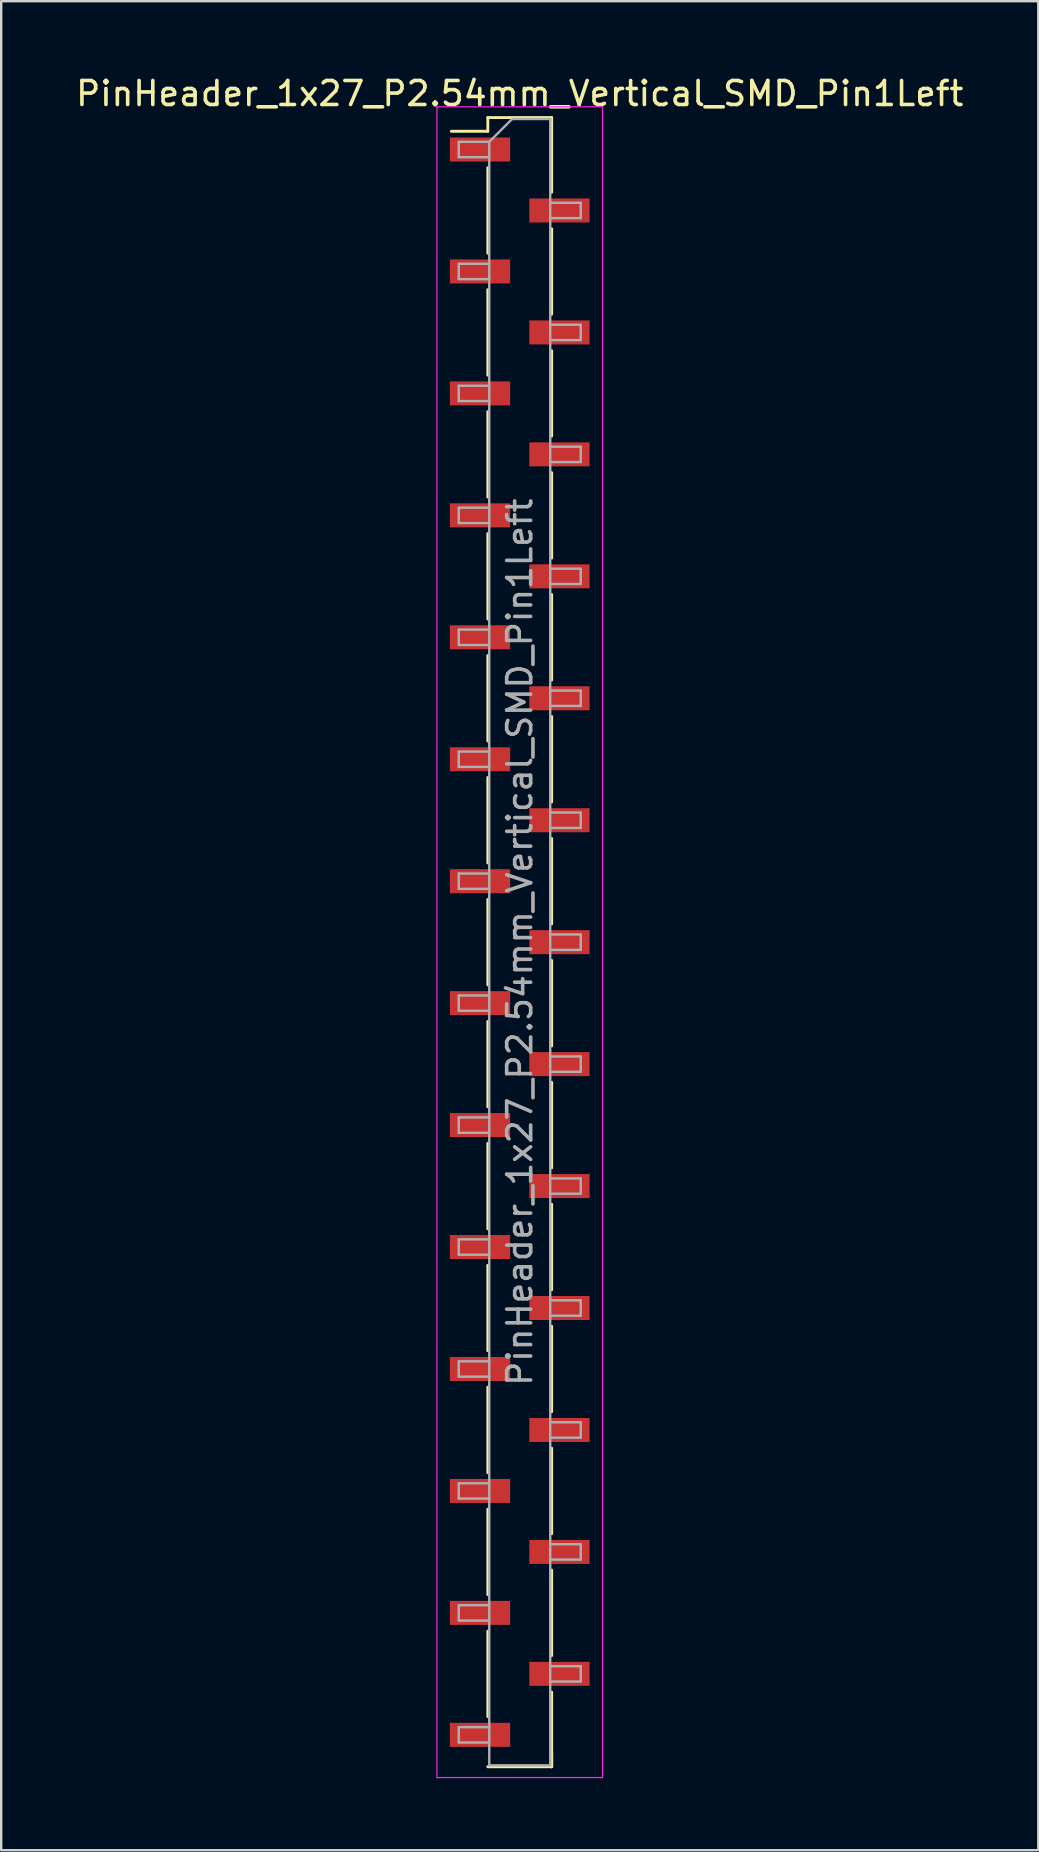
<source format=kicad_pcb>
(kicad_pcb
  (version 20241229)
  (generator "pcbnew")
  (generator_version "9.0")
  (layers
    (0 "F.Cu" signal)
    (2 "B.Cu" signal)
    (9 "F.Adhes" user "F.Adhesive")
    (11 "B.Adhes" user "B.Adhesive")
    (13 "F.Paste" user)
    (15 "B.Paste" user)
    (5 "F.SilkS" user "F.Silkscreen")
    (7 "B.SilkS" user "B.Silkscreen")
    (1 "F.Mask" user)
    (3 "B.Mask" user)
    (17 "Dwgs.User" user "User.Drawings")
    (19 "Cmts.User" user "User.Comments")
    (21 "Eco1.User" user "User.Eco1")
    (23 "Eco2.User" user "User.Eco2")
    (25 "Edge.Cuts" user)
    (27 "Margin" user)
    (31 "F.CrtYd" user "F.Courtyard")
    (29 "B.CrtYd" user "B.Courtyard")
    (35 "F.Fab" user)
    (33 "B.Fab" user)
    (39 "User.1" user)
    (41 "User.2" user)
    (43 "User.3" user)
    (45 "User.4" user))
  (footprint "PinHeader_1x27_P2.54mm_Vertical_SMD_Pin1Left"
    (layer "F.Cu")
    (at 18.601 36.198)
    (property "Reference" "PinHeader_1x27_P2.54mm_Vertical_SMD_Pin1Left" (at 0 -35.35 0) (layer "F.SilkS") (effects (font (size 1 1) (thickness 0.15))))
    (attr smd)
    (fp_line (start -1.33 -34.35) (end -1.33 -33.78) (stroke (width 0.12) (type solid)) (layer "F.SilkS"))
    (fp_line (start -1.33 -34.35) (end 1.33 -34.35) (stroke (width 0.12) (type solid)) (layer "F.SilkS"))
    (fp_line (start -1.33 -33.78) (end -2.85 -33.78) (stroke (width 0.12) (type solid)) (layer "F.SilkS"))
    (fp_line (start -1.33 -32.26) (end -1.33 -28.7) (stroke (width 0.12) (type solid)) (layer "F.SilkS"))
    (fp_line (start -1.33 -27.18) (end -1.33 -23.62) (stroke (width 0.12) (type solid)) (layer "F.SilkS"))
    (fp_line (start -1.33 -22.1) (end -1.33 -18.54) (stroke (width 0.12) (type solid)) (layer "F.SilkS"))
    (fp_line (start -1.33 -17.02) (end -1.33 -13.46) (stroke (width 0.12) (type solid)) (layer "F.SilkS"))
    (fp_line (start -1.33 -11.94) (end -1.33 -8.38) (stroke (width 0.12) (type solid)) (layer "F.SilkS"))
    (fp_line (start -1.33 -6.86) (end -1.33 -3.3) (stroke (width 0.12) (type solid)) (layer "F.SilkS"))
    (fp_line (start -1.33 -1.78) (end -1.33 1.78) (stroke (width 0.12) (type solid)) (layer "F.SilkS"))
    (fp_line (start -1.33 3.3) (end -1.33 6.86) (stroke (width 0.12) (type solid)) (layer "F.SilkS"))
    (fp_line (start -1.33 8.38) (end -1.33 11.94) (stroke (width 0.12) (type solid)) (layer "F.SilkS"))
    (fp_line (start -1.33 13.46) (end -1.33 17.02) (stroke (width 0.12) (type solid)) (layer "F.SilkS"))
    (fp_line (start -1.33 18.54) (end -1.33 22.1) (stroke (width 0.12) (type solid)) (layer "F.SilkS"))
    (fp_line (start -1.33 23.62) (end -1.33 27.18) (stroke (width 0.12) (type solid)) (layer "F.SilkS"))
    (fp_line (start -1.33 28.7) (end -1.33 32.26) (stroke (width 0.12) (type solid)) (layer "F.SilkS"))
    (fp_line (start -1.33 34.35) (end 1.33 34.35) (stroke (width 0.12) (type solid)) (layer "F.SilkS"))
    (fp_line (start 1.33 -34.35) (end 1.33 -31.24) (stroke (width 0.12) (type solid)) (layer "F.SilkS"))
    (fp_line (start 1.33 -29.72) (end 1.33 -26.16) (stroke (width 0.12) (type solid)) (layer "F.SilkS"))
    (fp_line (start 1.33 -24.64) (end 1.33 -21.08) (stroke (width 0.12) (type solid)) (layer "F.SilkS"))
    (fp_line (start 1.33 -19.56) (end 1.33 -16) (stroke (width 0.12) (type solid)) (layer "F.SilkS"))
    (fp_line (start 1.33 -14.48) (end 1.33 -10.92) (stroke (width 0.12) (type solid)) (layer "F.SilkS"))
    (fp_line (start 1.33 -9.4) (end 1.33 -5.84) (stroke (width 0.12) (type solid)) (layer "F.SilkS"))
    (fp_line (start 1.33 -4.32) (end 1.33 -0.76) (stroke (width 0.12) (type solid)) (layer "F.SilkS"))
    (fp_line (start 1.33 0.76) (end 1.33 4.32) (stroke (width 0.12) (type solid)) (layer "F.SilkS"))
    (fp_line (start 1.33 5.84) (end 1.33 9.4) (stroke (width 0.12) (type solid)) (layer "F.SilkS"))
    (fp_line (start 1.33 10.92) (end 1.33 14.48) (stroke (width 0.12) (type solid)) (layer "F.SilkS"))
    (fp_line (start 1.33 16) (end 1.33 19.56) (stroke (width 0.12) (type solid)) (layer "F.SilkS"))
    (fp_line (start 1.33 21.08) (end 1.33 24.64) (stroke (width 0.12) (type solid)) (layer "F.SilkS"))
    (fp_line (start 1.33 26.16) (end 1.33 29.72) (stroke (width 0.12) (type solid)) (layer "F.SilkS"))
    (fp_line (start 1.33 31.24) (end 1.33 34.35) (stroke (width 0.12) (type solid)) (layer "F.SilkS"))
    (fp_line (start 1.33 33.78) (end 1.33 34.35) (stroke (width 0.12) (type solid)) (layer "F.SilkS"))
    (fp_line (start -3.45 -34.8) (end -3.45 34.8) (stroke (width 0.05) (type solid)) (layer "F.CrtYd"))
    (fp_line (start -3.45 34.8) (end 3.45 34.8) (stroke (width 0.05) (type solid)) (layer "F.CrtYd"))
    (fp_line (start 3.45 -34.8) (end -3.45 -34.8) (stroke (width 0.05) (type solid)) (layer "F.CrtYd"))
    (fp_line (start 3.45 34.8) (end 3.45 -34.8) (stroke (width 0.05) (type solid)) (layer "F.CrtYd"))
    (fp_line (start -2.54 -33.34) (end -2.54 -32.7) (stroke (width 0.1) (type solid)) (layer "F.Fab"))
    (fp_line (start -2.54 -32.7) (end -1.27 -32.7) (stroke (width 0.1) (type solid)) (layer "F.Fab"))
    (fp_line (start -2.54 -28.26) (end -2.54 -27.62) (stroke (width 0.1) (type solid)) (layer "F.Fab"))
    (fp_line (start -2.54 -27.62) (end -1.27 -27.62) (stroke (width 0.1) (type solid)) (layer "F.Fab"))
    (fp_line (start -2.54 -23.18) (end -2.54 -22.54) (stroke (width 0.1) (type solid)) (layer "F.Fab"))
    (fp_line (start -2.54 -22.54) (end -1.27 -22.54) (stroke (width 0.1) (type solid)) (layer "F.Fab"))
    (fp_line (start -2.54 -18.1) (end -2.54 -17.46) (stroke (width 0.1) (type solid)) (layer "F.Fab"))
    (fp_line (start -2.54 -17.46) (end -1.27 -17.46) (stroke (width 0.1) (type solid)) (layer "F.Fab"))
    (fp_line (start -2.54 -13.02) (end -2.54 -12.38) (stroke (width 0.1) (type solid)) (layer "F.Fab"))
    (fp_line (start -2.54 -12.38) (end -1.27 -12.38) (stroke (width 0.1) (type solid)) (layer "F.Fab"))
    (fp_line (start -2.54 -7.94) (end -2.54 -7.3) (stroke (width 0.1) (type solid)) (layer "F.Fab"))
    (fp_line (start -2.54 -7.3) (end -1.27 -7.3) (stroke (width 0.1) (type solid)) (layer "F.Fab"))
    (fp_line (start -2.54 -2.86) (end -2.54 -2.22) (stroke (width 0.1) (type solid)) (layer "F.Fab"))
    (fp_line (start -2.54 -2.22) (end -1.27 -2.22) (stroke (width 0.1) (type solid)) (layer "F.Fab"))
    (fp_line (start -2.54 2.22) (end -2.54 2.86) (stroke (width 0.1) (type solid)) (layer "F.Fab"))
    (fp_line (start -2.54 2.86) (end -1.27 2.86) (stroke (width 0.1) (type solid)) (layer "F.Fab"))
    (fp_line (start -2.54 7.3) (end -2.54 7.94) (stroke (width 0.1) (type solid)) (layer "F.Fab"))
    (fp_line (start -2.54 7.94) (end -1.27 7.94) (stroke (width 0.1) (type solid)) (layer "F.Fab"))
    (fp_line (start -2.54 12.38) (end -2.54 13.02) (stroke (width 0.1) (type solid)) (layer "F.Fab"))
    (fp_line (start -2.54 13.02) (end -1.27 13.02) (stroke (width 0.1) (type solid)) (layer "F.Fab"))
    (fp_line (start -2.54 17.46) (end -2.54 18.1) (stroke (width 0.1) (type solid)) (layer "F.Fab"))
    (fp_line (start -2.54 18.1) (end -1.27 18.1) (stroke (width 0.1) (type solid)) (layer "F.Fab"))
    (fp_line (start -2.54 22.54) (end -2.54 23.18) (stroke (width 0.1) (type solid)) (layer "F.Fab"))
    (fp_line (start -2.54 23.18) (end -1.27 23.18) (stroke (width 0.1) (type solid)) (layer "F.Fab"))
    (fp_line (start -2.54 27.62) (end -2.54 28.26) (stroke (width 0.1) (type solid)) (layer "F.Fab"))
    (fp_line (start -2.54 28.26) (end -1.27 28.26) (stroke (width 0.1) (type solid)) (layer "F.Fab"))
    (fp_line (start -2.54 32.7) (end -2.54 33.34) (stroke (width 0.1) (type solid)) (layer "F.Fab"))
    (fp_line (start -2.54 33.34) (end -1.27 33.34) (stroke (width 0.1) (type solid)) (layer "F.Fab"))
    (fp_line (start -1.27 -33.34) (end -2.54 -33.34) (stroke (width 0.1) (type solid)) (layer "F.Fab"))
    (fp_line (start -1.27 -33.34) (end -0.32 -34.29) (stroke (width 0.1) (type solid)) (layer "F.Fab"))
    (fp_line (start -1.27 -28.26) (end -2.54 -28.26) (stroke (width 0.1) (type solid)) (layer "F.Fab"))
    (fp_line (start -1.27 -23.18) (end -2.54 -23.18) (stroke (width 0.1) (type solid)) (layer "F.Fab"))
    (fp_line (start -1.27 -18.1) (end -2.54 -18.1) (stroke (width 0.1) (type solid)) (layer "F.Fab"))
    (fp_line (start -1.27 -13.02) (end -2.54 -13.02) (stroke (width 0.1) (type solid)) (layer "F.Fab"))
    (fp_line (start -1.27 -7.94) (end -2.54 -7.94) (stroke (width 0.1) (type solid)) (layer "F.Fab"))
    (fp_line (start -1.27 -2.86) (end -2.54 -2.86) (stroke (width 0.1) (type solid)) (layer "F.Fab"))
    (fp_line (start -1.27 2.22) (end -2.54 2.22) (stroke (width 0.1) (type solid)) (layer "F.Fab"))
    (fp_line (start -1.27 7.3) (end -2.54 7.3) (stroke (width 0.1) (type solid)) (layer "F.Fab"))
    (fp_line (start -1.27 12.38) (end -2.54 12.38) (stroke (width 0.1) (type solid)) (layer "F.Fab"))
    (fp_line (start -1.27 17.46) (end -2.54 17.46) (stroke (width 0.1) (type solid)) (layer "F.Fab"))
    (fp_line (start -1.27 22.54) (end -2.54 22.54) (stroke (width 0.1) (type solid)) (layer "F.Fab"))
    (fp_line (start -1.27 27.62) (end -2.54 27.62) (stroke (width 0.1) (type solid)) (layer "F.Fab"))
    (fp_line (start -1.27 32.7) (end -2.54 32.7) (stroke (width 0.1) (type solid)) (layer "F.Fab"))
    (fp_line (start -1.27 34.29) (end -1.27 -33.34) (stroke (width 0.1) (type solid)) (layer "F.Fab"))
    (fp_line (start -0.32 -34.29) (end 1.27 -34.29) (stroke (width 0.1) (type solid)) (layer "F.Fab"))
    (fp_line (start 1.27 -34.29) (end 1.27 34.29) (stroke (width 0.1) (type solid)) (layer "F.Fab"))
    (fp_line (start 1.27 -30.8) (end 2.54 -30.8) (stroke (width 0.1) (type solid)) (layer "F.Fab"))
    (fp_line (start 1.27 -25.72) (end 2.54 -25.72) (stroke (width 0.1) (type solid)) (layer "F.Fab"))
    (fp_line (start 1.27 -20.64) (end 2.54 -20.64) (stroke (width 0.1) (type solid)) (layer "F.Fab"))
    (fp_line (start 1.27 -15.56) (end 2.54 -15.56) (stroke (width 0.1) (type solid)) (layer "F.Fab"))
    (fp_line (start 1.27 -10.48) (end 2.54 -10.48) (stroke (width 0.1) (type solid)) (layer "F.Fab"))
    (fp_line (start 1.27 -5.4) (end 2.54 -5.4) (stroke (width 0.1) (type solid)) (layer "F.Fab"))
    (fp_line (start 1.27 -0.32) (end 2.54 -0.32) (stroke (width 0.1) (type solid)) (layer "F.Fab"))
    (fp_line (start 1.27 4.76) (end 2.54 4.76) (stroke (width 0.1) (type solid)) (layer "F.Fab"))
    (fp_line (start 1.27 9.84) (end 2.54 9.84) (stroke (width 0.1) (type solid)) (layer "F.Fab"))
    (fp_line (start 1.27 14.92) (end 2.54 14.92) (stroke (width 0.1) (type solid)) (layer "F.Fab"))
    (fp_line (start 1.27 20) (end 2.54 20) (stroke (width 0.1) (type solid)) (layer "F.Fab"))
    (fp_line (start 1.27 25.08) (end 2.54 25.08) (stroke (width 0.1) (type solid)) (layer "F.Fab"))
    (fp_line (start 1.27 30.16) (end 2.54 30.16) (stroke (width 0.1) (type solid)) (layer "F.Fab"))
    (fp_line (start 1.27 34.29) (end -1.27 34.29) (stroke (width 0.1) (type solid)) (layer "F.Fab"))
    (fp_line (start 2.54 -30.8) (end 2.54 -30.16) (stroke (width 0.1) (type solid)) (layer "F.Fab"))
    (fp_line (start 2.54 -30.16) (end 1.27 -30.16) (stroke (width 0.1) (type solid)) (layer "F.Fab"))
    (fp_line (start 2.54 -25.72) (end 2.54 -25.08) (stroke (width 0.1) (type solid)) (layer "F.Fab"))
    (fp_line (start 2.54 -25.08) (end 1.27 -25.08) (stroke (width 0.1) (type solid)) (layer "F.Fab"))
    (fp_line (start 2.54 -20.64) (end 2.54 -20) (stroke (width 0.1) (type solid)) (layer "F.Fab"))
    (fp_line (start 2.54 -20) (end 1.27 -20) (stroke (width 0.1) (type solid)) (layer "F.Fab"))
    (fp_line (start 2.54 -15.56) (end 2.54 -14.92) (stroke (width 0.1) (type solid)) (layer "F.Fab"))
    (fp_line (start 2.54 -14.92) (end 1.27 -14.92) (stroke (width 0.1) (type solid)) (layer "F.Fab"))
    (fp_line (start 2.54 -10.48) (end 2.54 -9.84) (stroke (width 0.1) (type solid)) (layer "F.Fab"))
    (fp_line (start 2.54 -9.84) (end 1.27 -9.84) (stroke (width 0.1) (type solid)) (layer "F.Fab"))
    (fp_line (start 2.54 -5.4) (end 2.54 -4.76) (stroke (width 0.1) (type solid)) (layer "F.Fab"))
    (fp_line (start 2.54 -4.76) (end 1.27 -4.76) (stroke (width 0.1) (type solid)) (layer "F.Fab"))
    (fp_line (start 2.54 -0.32) (end 2.54 0.32) (stroke (width 0.1) (type solid)) (layer "F.Fab"))
    (fp_line (start 2.54 0.32) (end 1.27 0.32) (stroke (width 0.1) (type solid)) (layer "F.Fab"))
    (fp_line (start 2.54 4.76) (end 2.54 5.4) (stroke (width 0.1) (type solid)) (layer "F.Fab"))
    (fp_line (start 2.54 5.4) (end 1.27 5.4) (stroke (width 0.1) (type solid)) (layer "F.Fab"))
    (fp_line (start 2.54 9.84) (end 2.54 10.48) (stroke (width 0.1) (type solid)) (layer "F.Fab"))
    (fp_line (start 2.54 10.48) (end 1.27 10.48) (stroke (width 0.1) (type solid)) (layer "F.Fab"))
    (fp_line (start 2.54 14.92) (end 2.54 15.56) (stroke (width 0.1) (type solid)) (layer "F.Fab"))
    (fp_line (start 2.54 15.56) (end 1.27 15.56) (stroke (width 0.1) (type solid)) (layer "F.Fab"))
    (fp_line (start 2.54 20) (end 2.54 20.64) (stroke (width 0.1) (type solid)) (layer "F.Fab"))
    (fp_line (start 2.54 20.64) (end 1.27 20.64) (stroke (width 0.1) (type solid)) (layer "F.Fab"))
    (fp_line (start 2.54 25.08) (end 2.54 25.72) (stroke (width 0.1) (type solid)) (layer "F.Fab"))
    (fp_line (start 2.54 25.72) (end 1.27 25.72) (stroke (width 0.1) (type solid)) (layer "F.Fab"))
    (fp_line (start 2.54 30.16) (end 2.54 30.8) (stroke (width 0.1) (type solid)) (layer "F.Fab"))
    (fp_line (start 2.54 30.8) (end 1.27 30.8) (stroke (width 0.1) (type solid)) (layer "F.Fab"))
    (fp_text user "${REFERENCE}" (at 0 0 90) (layer "F.Fab") (effects (font (size 1 1) (thickness 0.15))))
    (pad "1" smd rect (at -1.655 -33.02) (size 2.51 1) (layers "F.Cu" "F.Mask" "F.Paste"))
    (pad "2" smd rect (at 1.655 -30.48) (size 2.51 1) (layers "F.Cu" "F.Mask" "F.Paste"))
    (pad "3" smd rect (at -1.655 -27.94) (size 2.51 1) (layers "F.Cu" "F.Mask" "F.Paste"))
    (pad "4" smd rect (at 1.655 -25.4) (size 2.51 1) (layers "F.Cu" "F.Mask" "F.Paste"))
    (pad "5" smd rect (at -1.655 -22.86) (size 2.51 1) (layers "F.Cu" "F.Mask" "F.Paste"))
    (pad "6" smd rect (at 1.655 -20.32) (size 2.51 1) (layers "F.Cu" "F.Mask" "F.Paste"))
    (pad "7" smd rect (at -1.655 -17.78) (size 2.51 1) (layers "F.Cu" "F.Mask" "F.Paste"))
    (pad "8" smd rect (at 1.655 -15.24) (size 2.51 1) (layers "F.Cu" "F.Mask" "F.Paste"))
    (pad "9" smd rect (at -1.655 -12.7) (size 2.51 1) (layers "F.Cu" "F.Mask" "F.Paste"))
    (pad "10" smd rect (at 1.655 -10.16) (size 2.51 1) (layers "F.Cu" "F.Mask" "F.Paste"))
    (pad "11" smd rect (at -1.655 -7.62) (size 2.51 1) (layers "F.Cu" "F.Mask" "F.Paste"))
    (pad "12" smd rect (at 1.655 -5.08) (size 2.51 1) (layers "F.Cu" "F.Mask" "F.Paste"))
    (pad "13" smd rect (at -1.655 -2.54) (size 2.51 1) (layers "F.Cu" "F.Mask" "F.Paste"))
    (pad "14" smd rect (at 1.655 0) (size 2.51 1) (layers "F.Cu" "F.Mask" "F.Paste"))
    (pad "15" smd rect (at -1.655 2.54) (size 2.51 1) (layers "F.Cu" "F.Mask" "F.Paste"))
    (pad "16" smd rect (at 1.655 5.08) (size 2.51 1) (layers "F.Cu" "F.Mask" "F.Paste"))
    (pad "17" smd rect (at -1.655 7.62) (size 2.51 1) (layers "F.Cu" "F.Mask" "F.Paste"))
    (pad "18" smd rect (at 1.655 10.16) (size 2.51 1) (layers "F.Cu" "F.Mask" "F.Paste"))
    (pad "19" smd rect (at -1.655 12.7) (size 2.51 1) (layers "F.Cu" "F.Mask" "F.Paste"))
    (pad "20" smd rect (at 1.655 15.24) (size 2.51 1) (layers "F.Cu" "F.Mask" "F.Paste"))
    (pad "21" smd rect (at -1.655 17.78) (size 2.51 1) (layers "F.Cu" "F.Mask" "F.Paste"))
    (pad "22" smd rect (at 1.655 20.32) (size 2.51 1) (layers "F.Cu" "F.Mask" "F.Paste"))
    (pad "23" smd rect (at -1.655 22.86) (size 2.51 1) (layers "F.Cu" "F.Mask" "F.Paste"))
    (pad "24" smd rect (at 1.655 25.4) (size 2.51 1) (layers "F.Cu" "F.Mask" "F.Paste"))
    (pad "25" smd rect (at -1.655 27.94) (size 2.51 1) (layers "F.Cu" "F.Mask" "F.Paste"))
    (pad "26" smd rect (at 1.655 30.48) (size 2.51 1) (layers "F.Cu" "F.Mask" "F.Paste"))
    (pad "27" smd rect (at -1.655 33.02) (size 2.51 1) (layers "F.Cu" "F.Mask" "F.Paste")))
  (gr_rect
    (start -3 -3)
    (end 40.202 74.023)
    (stroke (width 0.1) (type default))
    (fill no)
    (layer "Edge.Cuts")))
</source>
